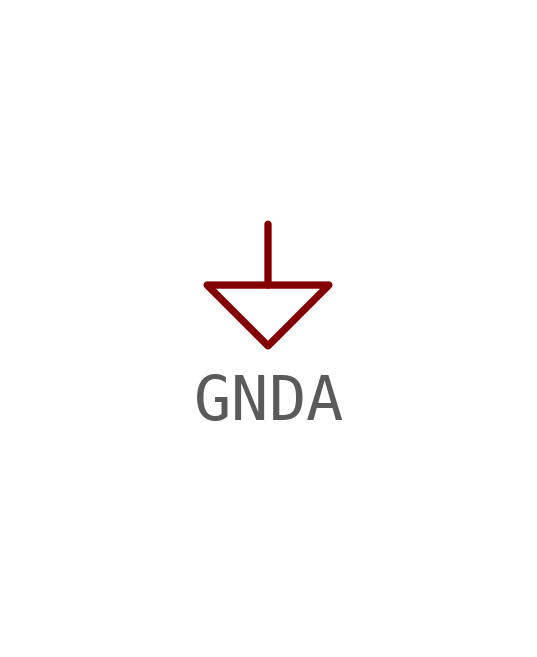
<source format=kicad_sym>
(kicad_symbol_lib
  (version 20241209)
  (generator "kicad_symbol_editor")
  (generator_version "9.0")
  (symbol "GNDA"
    (power)
    (pin_numbers
      (hide yes))
    (pin_names
      (offset 0)
      (hide yes))
    (property "Reference" "#PWR"
      (at 0 -10.16 0)
      (effects (font (size 1.27 1.27)) (hide yes)))
    (symbol "GNDA_0_1"
      (polyline (pts (xy 0 -1.27) (xy 0 -1.27) (xy 1.27 -1.27) (xy 0 -2.54) (xy -1.27 -1.27) (xy 0 -1.27)) (stroke (width 0) (type default)) (fill (type none))))
    (symbol "GNDA_1_1"
      (pin power_in line (at 0 0 270) (length 1.27) (name "~" (effects (font (size 1.27 1.27)))) (number "1" (effects (font (size 1.27 1.27))))))))
</source>
